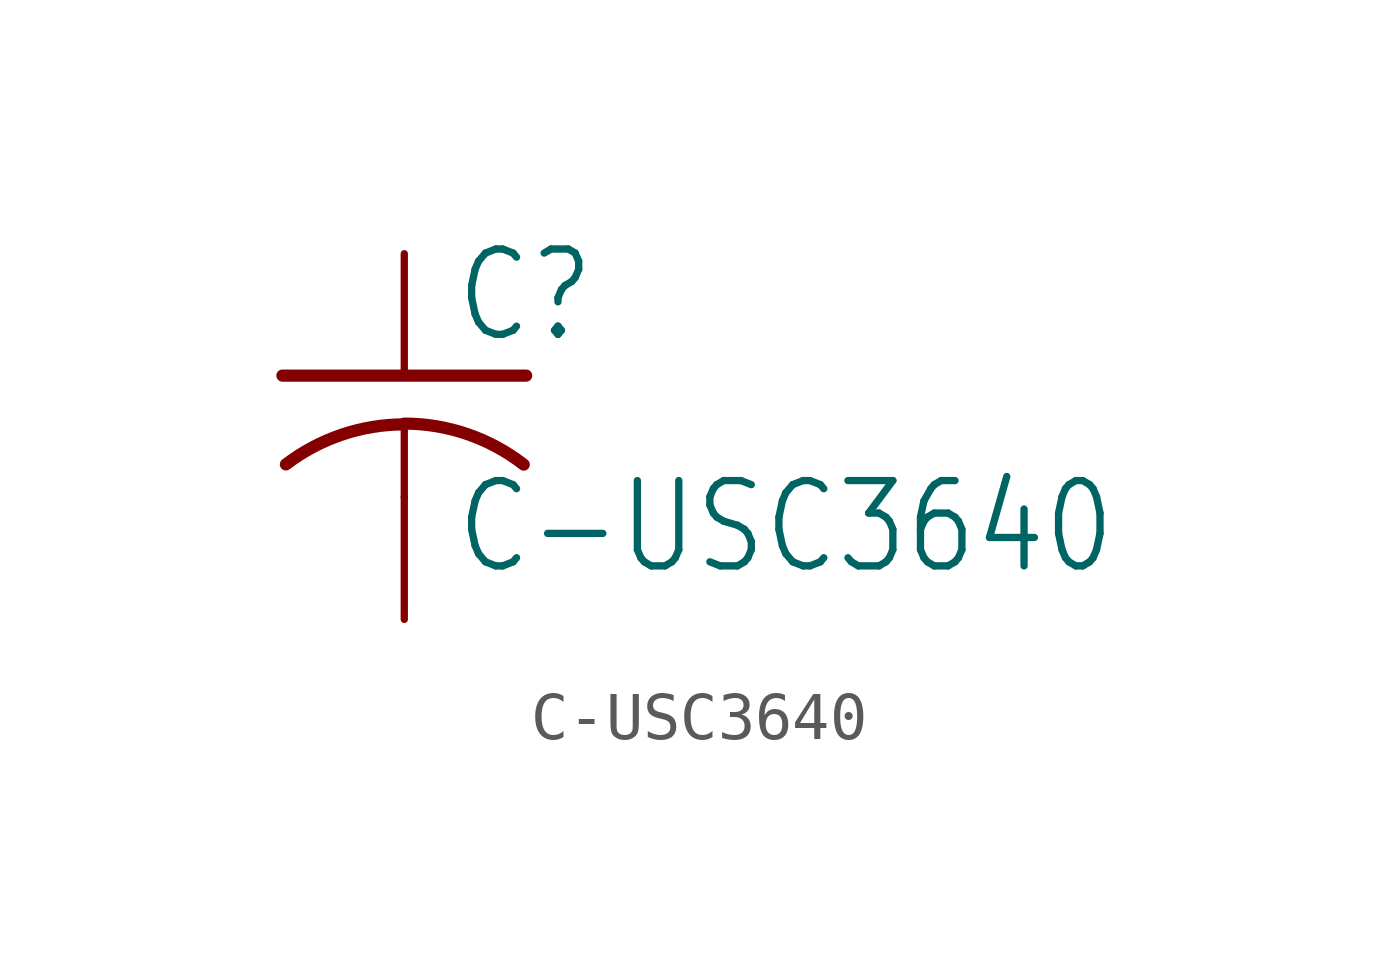
<source format=kicad_sym>
(kicad_symbol_lib
  (version 20211014)
  (generator kicad_symbol_editor)
  (symbol "C-USC3640"
    (property "Reference" "C"
      (at 1.016 0.635 0)
      (effects (font (size 1.778 1.511)) (justify left bottom)))
    (property "Value" "C-USC3640"
      (at 1.016 -4.191 0)
      (effects (font (size 1.778 1.511)) (justify left bottom)))
    (property "ki_locked" ""
      (at 0 0 0)
      (effects (font (size 1.27 1.27))))
    (symbol "C-USC3640_1_0"
      (arc (start 0 -1.0161) (mid -1.302 -1.2303) (end -2.4668 -1.8504) (stroke (width 0.254) (type default) (color 0 0 0 0)) (fill (type none)))
      (polyline (pts (xy -2.54 0) (xy 2.54 0)) (stroke (width 0.254) (type default) (color 0 0 0 0)) (fill (type none)))
      (polyline (pts (xy 0 -1.016) (xy 0 -2.54)) (stroke (width 0.152) (type default) (color 0 0 0 0)) (fill (type none)))
      (arc (start 2.4892 -1.8542) (mid 1.3158 -1.2195) (end 0 -1) (stroke (width 0.254) (type default) (color 0 0 0 0)) (fill (type none)))
      (pin passive line (at 0 2.54 270) (length 2.54) (name "1" (effects (font (size 0 0)))) (number "1" (effects (font (size 0 0)))))
      (pin passive line (at 0 -5.08 90) (length 2.54) (name "2" (effects (font (size 0 0)))) (number "2" (effects (font (size 0 0))))))))
</source>
